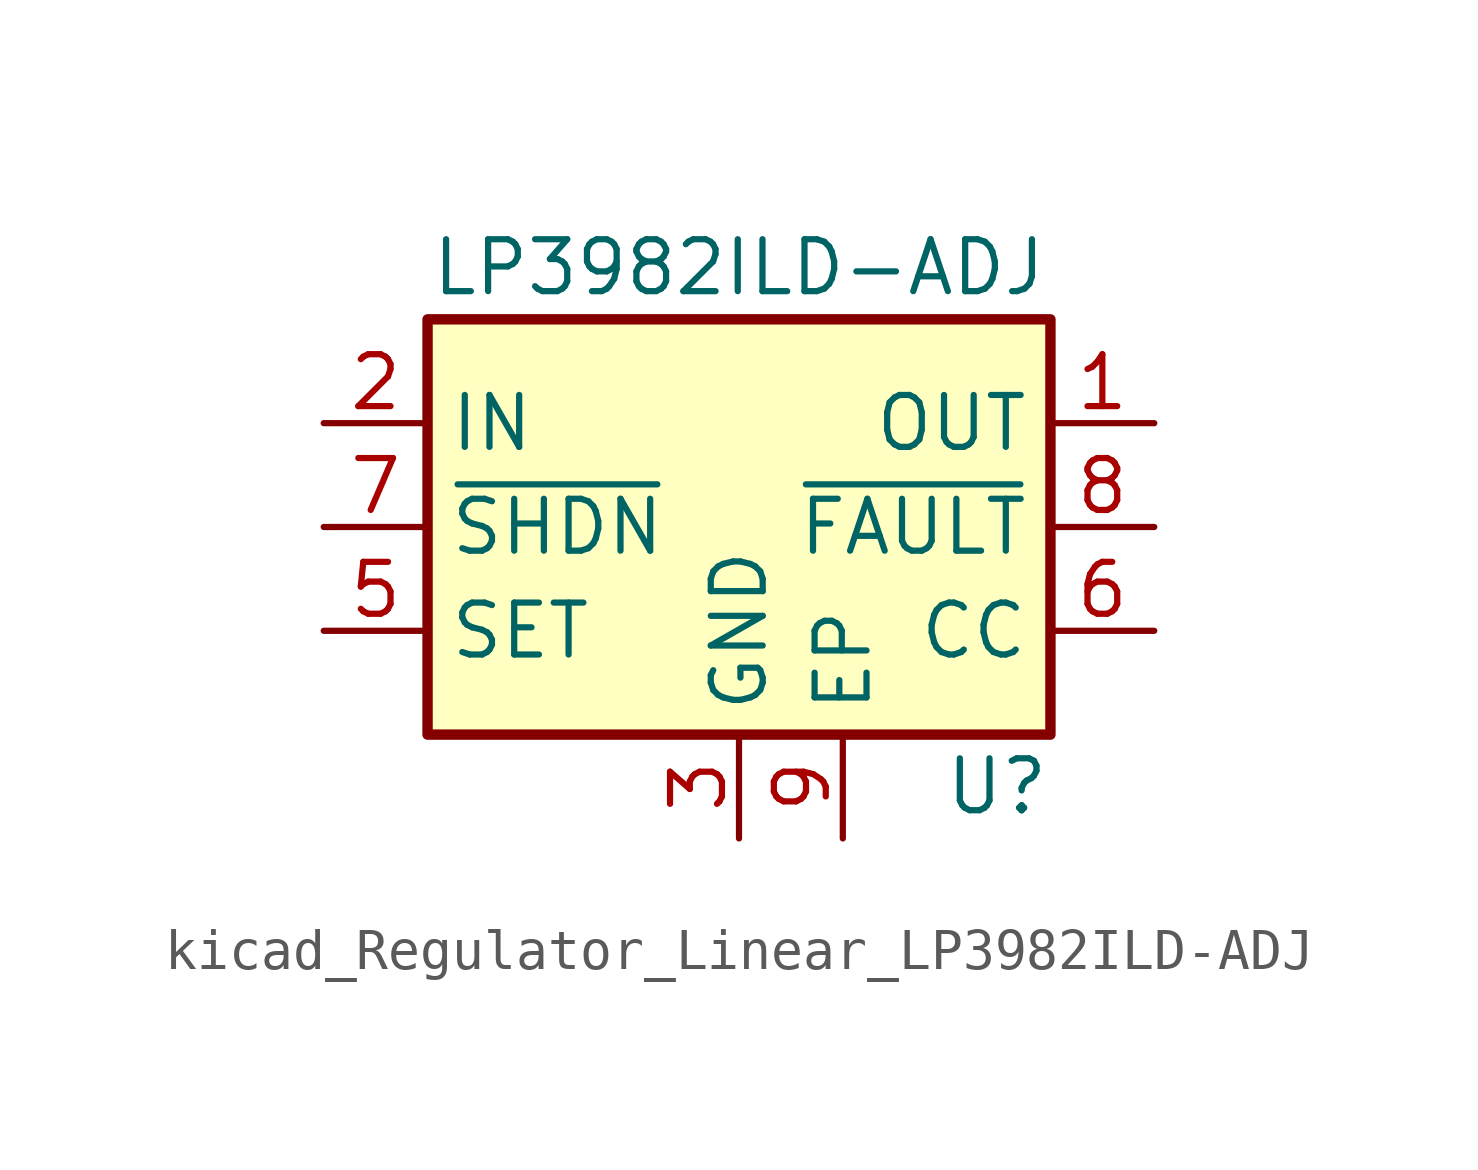
<source format=kicad_sym>
(kicad_symbol_lib
  (version 20220914)
  (generator kicad_symbol_editor)
  (symbol "kicad_Regulator_Linear_LP3982ILD-ADJ"
    (property "Reference" "U"
      (at 7.62 -6.35 0)
      (effects (font (size 1.27 1.27)) (justify right)))
    (property "Value" "LP3982ILD-ADJ"
      (at 0 6.35 0)
      (effects (font (size 1.27 1.27))))
    (symbol "kicad_Regulator_Linear_LP3982ILD-ADJ_0_1"
      (rectangle (start -7.62 5.08) (end 7.62 -5.08) (stroke (width 0.254) (type default)) (fill (type background))))
    (symbol "kicad_Regulator_Linear_LP3982ILD-ADJ_1_1"
      (pin power_out line (at 10.16 2.54 180) (length 2.54) (name "OUT" (effects (font (size 1.27 1.27)))) (number "1" (effects (font (size 1.27 1.27)))))
      (pin power_in line (at -10.16 2.54 0) (length 2.54) (name "IN" (effects (font (size 1.27 1.27)))) (number "2" (effects (font (size 1.27 1.27)))))
      (pin power_in line (at 0 -7.62 90) (length 2.54) (name "GND" (effects (font (size 1.27 1.27)))) (number "3" (effects (font (size 1.27 1.27)))))
      (pin passive line (at 10.16 2.54 180) (length 2.54) hide (name "OUT" (effects (font (size 1.27 1.27)))) (number "4" (effects (font (size 1.27 1.27)))))
      (pin passive line (at -10.16 -2.54 0) (length 2.54) (name "SET" (effects (font (size 1.27 1.27)))) (number "5" (effects (font (size 1.27 1.27)))))
      (pin passive line (at 10.16 -2.54 180) (length 2.54) (name "CC" (effects (font (size 1.27 1.27)))) (number "6" (effects (font (size 1.27 1.27)))))
      (pin input line (at -10.16 0 0) (length 2.54) (name "~{SHDN}" (effects (font (size 1.27 1.27)))) (number "7" (effects (font (size 1.27 1.27)))))
      (pin open_collector line (at 10.16 0 180) (length 2.54) (name "~{FAULT}" (effects (font (size 1.27 1.27)))) (number "8" (effects (font (size 1.27 1.27)))))
      (pin passive line (at 2.54 -7.62 90) (length 2.54) (name "EP" (effects (font (size 1.27 1.27)))) (number "9" (effects (font (size 1.27 1.27))))))))
</source>
